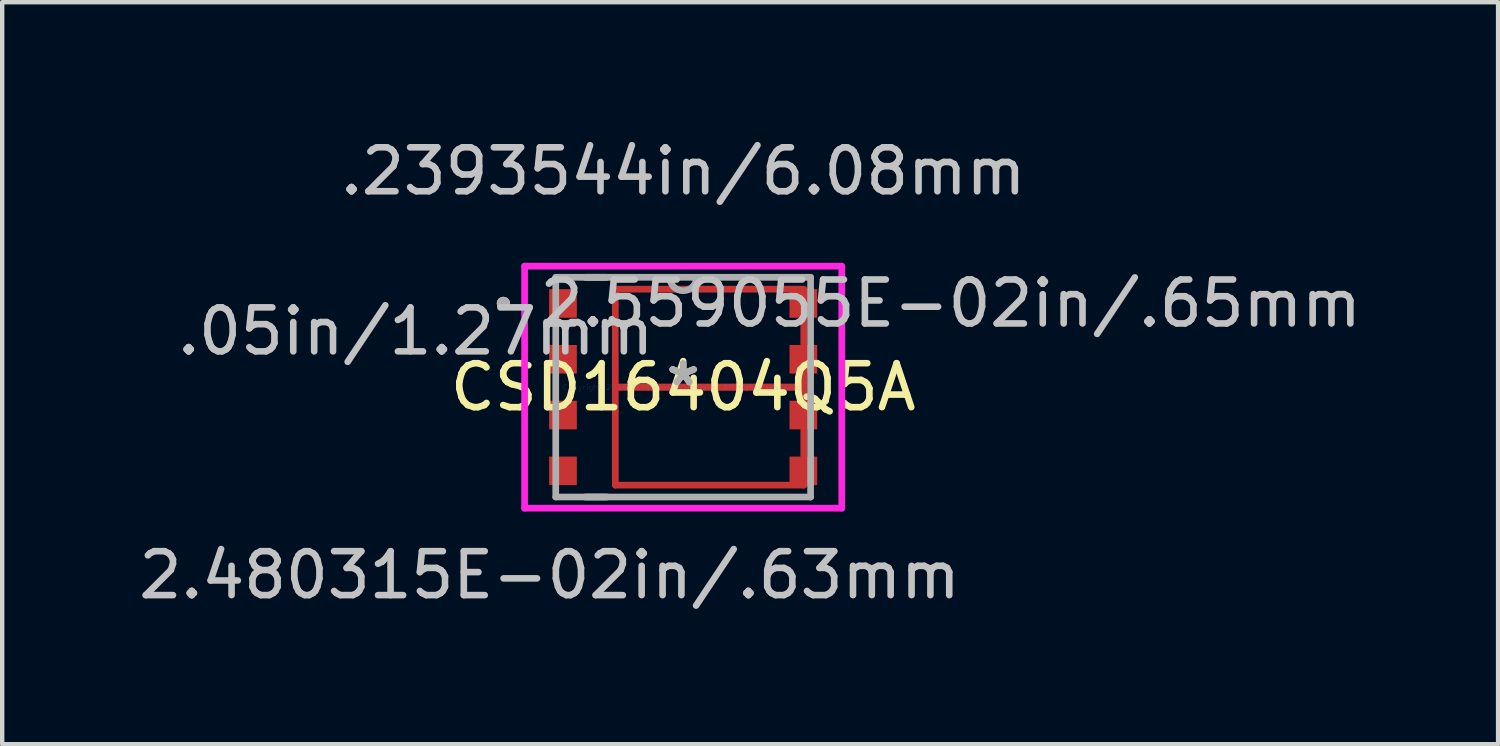
<source format=kicad_pcb>
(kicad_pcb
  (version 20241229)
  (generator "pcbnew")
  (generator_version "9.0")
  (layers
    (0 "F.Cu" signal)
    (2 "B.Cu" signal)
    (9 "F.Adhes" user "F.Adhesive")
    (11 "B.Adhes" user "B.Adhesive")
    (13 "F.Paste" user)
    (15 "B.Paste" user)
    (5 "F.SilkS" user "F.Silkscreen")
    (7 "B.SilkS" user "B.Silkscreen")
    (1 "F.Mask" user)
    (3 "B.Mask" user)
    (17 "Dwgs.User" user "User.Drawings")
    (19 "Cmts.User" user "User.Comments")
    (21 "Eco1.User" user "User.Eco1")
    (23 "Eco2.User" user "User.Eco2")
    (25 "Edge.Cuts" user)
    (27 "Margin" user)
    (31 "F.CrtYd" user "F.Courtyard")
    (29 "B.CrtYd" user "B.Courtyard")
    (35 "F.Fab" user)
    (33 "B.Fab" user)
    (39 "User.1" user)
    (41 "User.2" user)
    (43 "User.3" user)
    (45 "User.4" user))
  (footprint "CSD16404Q5A"
    (layer "F.Cu")
    (at 12.498 5.761)
    (property "Reference" "CSD16404Q5A" (at 0 0 0) (layer "F.SilkS") (effects (font (size 1 1) (thickness 0.15))))
    (attr through_hole)
    (fp_line (start -1.545 -2.23) (end -1.545 0) (stroke (width 0.152) (type solid)) (layer "F.Cu"))
    (fp_line (start -1.545 0) (end 2.745 0) (stroke (width 0.152) (type solid)) (layer "F.Cu"))
    (fp_line (start -1.545 0) (end 2.745 0) (stroke (width 0.152) (type solid)) (layer "F.Cu"))
    (fp_line (start -1.545 2.23) (end -1.545 0) (stroke (width 0.152) (type solid)) (layer "F.Cu"))
    (fp_line (start 2.745 -2.23) (end -1.545 -2.23) (stroke (width 0.152) (type solid)) (layer "F.Cu"))
    (fp_line (start 2.745 0) (end 2.745 -2.23) (stroke (width 0.152) (type solid)) (layer "F.Cu"))
    (fp_line (start 2.745 0) (end 2.745 2.23) (stroke (width 0.152) (type solid)) (layer "F.Cu"))
    (fp_line (start 2.745 2.23) (end -1.545 2.23) (stroke (width 0.152) (type solid)) (layer "F.Cu"))
    (fp_line (start -3.12 -2.3) (end -3.12 -1.51) (stroke (width 0.152) (type solid)) (layer "F.Mask"))
    (fp_line (start -3.12 -1.51) (end -2.35 -1.51) (stroke (width 0.152) (type solid)) (layer "F.Mask"))
    (fp_line (start -3.12 -1.03) (end -3.12 -0.24) (stroke (width 0.152) (type solid)) (layer "F.Mask"))
    (fp_line (start -3.12 -0.24) (end -2.35 -0.24) (stroke (width 0.152) (type solid)) (layer "F.Mask"))
    (fp_line (start -3.12 0.24) (end -3.12 1.03) (stroke (width 0.152) (type solid)) (layer "F.Mask"))
    (fp_line (start -3.12 1.03) (end -2.35 1.03) (stroke (width 0.152) (type solid)) (layer "F.Mask"))
    (fp_line (start -3.12 1.51) (end -3.12 2.3) (stroke (width 0.152) (type solid)) (layer "F.Mask"))
    (fp_line (start -3.12 2.3) (end -2.35 2.3) (stroke (width 0.152) (type solid)) (layer "F.Mask"))
    (fp_line (start -2.35 -2.3) (end -3.12 -2.3) (stroke (width 0.152) (type solid)) (layer "F.Mask"))
    (fp_line (start -2.35 -1.51) (end -2.35 -2.3) (stroke (width 0.152) (type solid)) (layer "F.Mask"))
    (fp_line (start -2.35 -1.03) (end -3.12 -1.03) (stroke (width 0.152) (type solid)) (layer "F.Mask"))
    (fp_line (start -2.35 -0.24) (end -2.35 -1.03) (stroke (width 0.152) (type solid)) (layer "F.Mask"))
    (fp_line (start -2.35 0.24) (end -3.12 0.24) (stroke (width 0.152) (type solid)) (layer "F.Mask"))
    (fp_line (start -2.35 1.03) (end -2.35 0.24) (stroke (width 0.152) (type solid)) (layer "F.Mask"))
    (fp_line (start -2.35 1.51) (end -3.12 1.51) (stroke (width 0.152) (type solid)) (layer "F.Mask"))
    (fp_line (start -2.35 2.3) (end -2.35 1.51) (stroke (width 0.152) (type solid)) (layer "F.Mask"))
    (fp_line (start -1.545 -2.23) (end -1.545 0) (stroke (width 0.152) (type solid)) (layer "F.Mask"))
    (fp_line (start -1.545 0) (end 2.745 0) (stroke (width 0.152) (type solid)) (layer "F.Mask"))
    (fp_line (start -1.545 0) (end 2.745 0) (stroke (width 0.152) (type solid)) (layer "F.Mask"))
    (fp_line (start -1.545 2.23) (end -1.545 0) (stroke (width 0.152) (type solid)) (layer "F.Mask"))
    (fp_line (start 2.35 -2.3) (end 2.35 -1.51) (stroke (width 0.152) (type solid)) (layer "F.Mask"))
    (fp_line (start 2.35 -1.51) (end 3.12 -1.51) (stroke (width 0.152) (type solid)) (layer "F.Mask"))
    (fp_line (start 2.35 -1.03) (end 2.35 -0.24) (stroke (width 0.152) (type solid)) (layer "F.Mask"))
    (fp_line (start 2.35 -0.24) (end 3.12 -0.24) (stroke (width 0.152) (type solid)) (layer "F.Mask"))
    (fp_line (start 2.35 0.24) (end 2.35 1.03) (stroke (width 0.152) (type solid)) (layer "F.Mask"))
    (fp_line (start 2.35 1.03) (end 3.12 1.03) (stroke (width 0.152) (type solid)) (layer "F.Mask"))
    (fp_line (start 2.35 1.51) (end 2.35 2.3) (stroke (width 0.152) (type solid)) (layer "F.Mask"))
    (fp_line (start 2.35 2.3) (end 3.12 2.3) (stroke (width 0.152) (type solid)) (layer "F.Mask"))
    (fp_line (start 2.745 -2.23) (end -1.545 -2.23) (stroke (width 0.152) (type solid)) (layer "F.Mask"))
    (fp_line (start 2.745 0) (end 2.745 -2.23) (stroke (width 0.152) (type solid)) (layer "F.Mask"))
    (fp_line (start 2.745 0) (end 2.745 2.23) (stroke (width 0.152) (type solid)) (layer "F.Mask"))
    (fp_line (start 2.745 2.23) (end -1.545 2.23) (stroke (width 0.152) (type solid)) (layer "F.Mask"))
    (fp_line (start 3.12 -2.3) (end 2.35 -2.3) (stroke (width 0.152) (type solid)) (layer "F.Mask"))
    (fp_line (start 3.12 -1.51) (end 3.12 -2.3) (stroke (width 0.152) (type solid)) (layer "F.Mask"))
    (fp_line (start 3.12 -1.03) (end 2.35 -1.03) (stroke (width 0.152) (type solid)) (layer "F.Mask"))
    (fp_line (start 3.12 -0.24) (end 3.12 -1.03) (stroke (width 0.152) (type solid)) (layer "F.Mask"))
    (fp_line (start 3.12 0.24) (end 2.35 0.24) (stroke (width 0.152) (type solid)) (layer "F.Mask"))
    (fp_line (start 3.12 1.03) (end 3.12 0.24) (stroke (width 0.152) (type solid)) (layer "F.Mask"))
    (fp_line (start 3.12 1.51) (end 2.35 1.51) (stroke (width 0.152) (type solid)) (layer "F.Mask"))
    (fp_line (start 3.12 2.3) (end 3.12 1.51) (stroke (width 0.152) (type solid)) (layer "F.Mask"))
    (fp_line (start -2.226 2.5) (end -1.74 2.5) (stroke (width 0.152) (type solid)) (layer "F.SilkS"))
    (fp_line (start -1.74 -2.5) (end -2.226 -2.5) (stroke (width 0.152) (type solid)) (layer "F.SilkS"))
    (fp_circle (center -4.091 -1.905) (end -4.015 -1.905) (stroke (width 0.152) (type solid)) (fill no) (layer "F.SilkS"))
    (fp_line (start -1.415 -1.88) (end -0.18 -1.88) (stroke (width 0.152) (type solid)) (layer "F.Paste"))
    (fp_line (start -1.415 -0.31) (end -1.415 -1.88) (stroke (width 0.152) (type solid)) (layer "F.Paste"))
    (fp_line (start -1.415 0.31) (end -1.415 1.88) (stroke (width 0.152) (type solid)) (layer "F.Paste"))
    (fp_line (start -1.415 1.88) (end -0.18 1.88) (stroke (width 0.152) (type solid)) (layer "F.Paste"))
    (fp_line (start -0.18 -1.88) (end -0.18 -0.31) (stroke (width 0.152) (type solid)) (layer "F.Paste"))
    (fp_line (start -0.18 -0.31) (end -1.415 -0.31) (stroke (width 0.152) (type solid)) (layer "F.Paste"))
    (fp_line (start -0.18 0.31) (end -1.415 0.31) (stroke (width 0.152) (type solid)) (layer "F.Paste"))
    (fp_line (start -0.18 1.88) (end -0.18 0.31) (stroke (width 0.152) (type solid)) (layer "F.Paste"))
    (fp_line (start 0.32 -1.88) (end 0.32 -0.31) (stroke (width 0.152) (type solid)) (layer "F.Paste"))
    (fp_line (start 0.32 -0.31) (end 1.905 -0.31) (stroke (width 0.152) (type solid)) (layer "F.Paste"))
    (fp_line (start 0.32 0.31) (end 1.905 0.31) (stroke (width 0.152) (type solid)) (layer "F.Paste"))
    (fp_line (start 0.32 1.88) (end 0.32 0.31) (stroke (width 0.152) (type solid)) (layer "F.Paste"))
    (fp_line (start 1.905 -1.88) (end 0.32 -1.88) (stroke (width 0.152) (type solid)) (layer "F.Paste"))
    (fp_line (start 1.905 -0.31) (end 1.905 -1.88) (stroke (width 0.152) (type solid)) (layer "F.Paste"))
    (fp_line (start 1.905 0.31) (end 1.905 1.88) (stroke (width 0.152) (type solid)) (layer "F.Paste"))
    (fp_line (start 1.905 1.88) (end 0.32 1.88) (stroke (width 0.152) (type solid)) (layer "F.Paste"))
    (fp_line (start -3.609 -2.754) (end 3.609 -2.754) (stroke (width 0.152) (type solid)) (layer "F.CrtYd"))
    (fp_line (start -3.609 2.754) (end -3.609 -2.754) (stroke (width 0.152) (type solid)) (layer "F.CrtYd"))
    (fp_line (start 3.609 -2.754) (end 3.609 2.754) (stroke (width 0.152) (type solid)) (layer "F.CrtYd"))
    (fp_line (start 3.609 2.754) (end -3.609 2.754) (stroke (width 0.152) (type solid)) (layer "F.CrtYd"))
    (fp_line (start -2.9 -2.5) (end -2.9 2.5) (stroke (width 0.152) (type solid)) (layer "F.Fab"))
    (fp_line (start -2.9 2.5) (end 2.9 2.5) (stroke (width 0.152) (type solid)) (layer "F.Fab"))
    (fp_line (start 2.9 -2.5) (end -2.9 -2.5) (stroke (width 0.152) (type solid)) (layer "F.Fab"))
    (fp_line (start 2.9 2.5) (end 2.9 -2.5) (stroke (width 0.152) (type solid)) (layer "F.Fab"))
    (fp_arc (start 0.3048 -2.5) (mid 0 -2.1952) (end -0.3048 -2.5) (stroke (width 0.1524) (type solid)) (layer "F.Fab"))
    (fp_circle (center -4.091 -1.905) (end -4.015 -1.905) (stroke (width 0.152) (type solid)) (fill no) (layer "F.Fab"))
    (fp_text user "*" (at 0 0 0) (layer "F.SilkS") (effects (font (size 1 1) (thickness 0.15))))
    (fp_text user "2.480315E-02in/.63mm" (at -3.04 4.278 0) (layer "Dwgs.User") (effects (font (size 1 1) (thickness 0.15))))
    (fp_text user ".2393544in/6.08mm" (at 0 -4.913 0) (layer "Dwgs.User") (effects (font (size 1 1) (thickness 0.15))))
    (fp_text user ".05in/1.27mm" (at -6.088 -1.27 0) (layer "Dwgs.User") (effects (font (size 1 1) (thickness 0.15))))
    (fp_text user "2.559055E-02in/.65mm" (at 6.088 -1.905 0) (layer "Dwgs.User") (effects (font (size 1 1) (thickness 0.15))))
    (fp_text user "Copyright 2016 Accelerated Designs. All rights reserved." (at 0 0 0) (layer "Cmts.User") (effects (font (size 0.127 0.127) (thickness 0.002))))
    (fp_text user "*" (at 0 0 0) (layer "F.Fab") (effects (font (size 1 1) (thickness 0.15))))
    (pad "1" smd rect (at -2.735 -1.905) (size 0.63 0.65) (layers "F.Cu" "F.Mask" "F.Paste"))
    (pad "2" smd rect (at -2.735 -0.635) (size 0.63 0.65) (layers "F.Cu" "F.Mask" "F.Paste"))
    (pad "3" smd rect (at -2.735 0.635) (size 0.63 0.65) (layers "F.Cu" "F.Mask" "F.Paste"))
    (pad "4" smd rect (at -2.735 1.905) (size 0.63 0.65) (layers "F.Cu" "F.Mask" "F.Paste"))
    (pad "5" smd rect (at 2.735 1.905) (size 0.63 0.65) (layers "F.Cu" "F.Mask" "F.Paste"))
    (pad "6" smd rect (at 2.735 0.635) (size 0.63 0.65) (layers "F.Cu" "F.Mask" "F.Paste"))
    (pad "7" smd rect (at 2.735 -0.635) (size 0.63 0.65) (layers "F.Cu" "F.Mask" "F.Paste"))
    (pad "8" smd rect (at 2.735 -1.905) (size 0.63 0.65) (layers "F.Cu" "F.Mask" "F.Paste")))
  (gr_rect
    (start -3 -3)
    (end 31.044 13.887)
    (stroke (width 0.1) (type default))
    (fill no)
    (layer "Edge.Cuts")))
</source>
